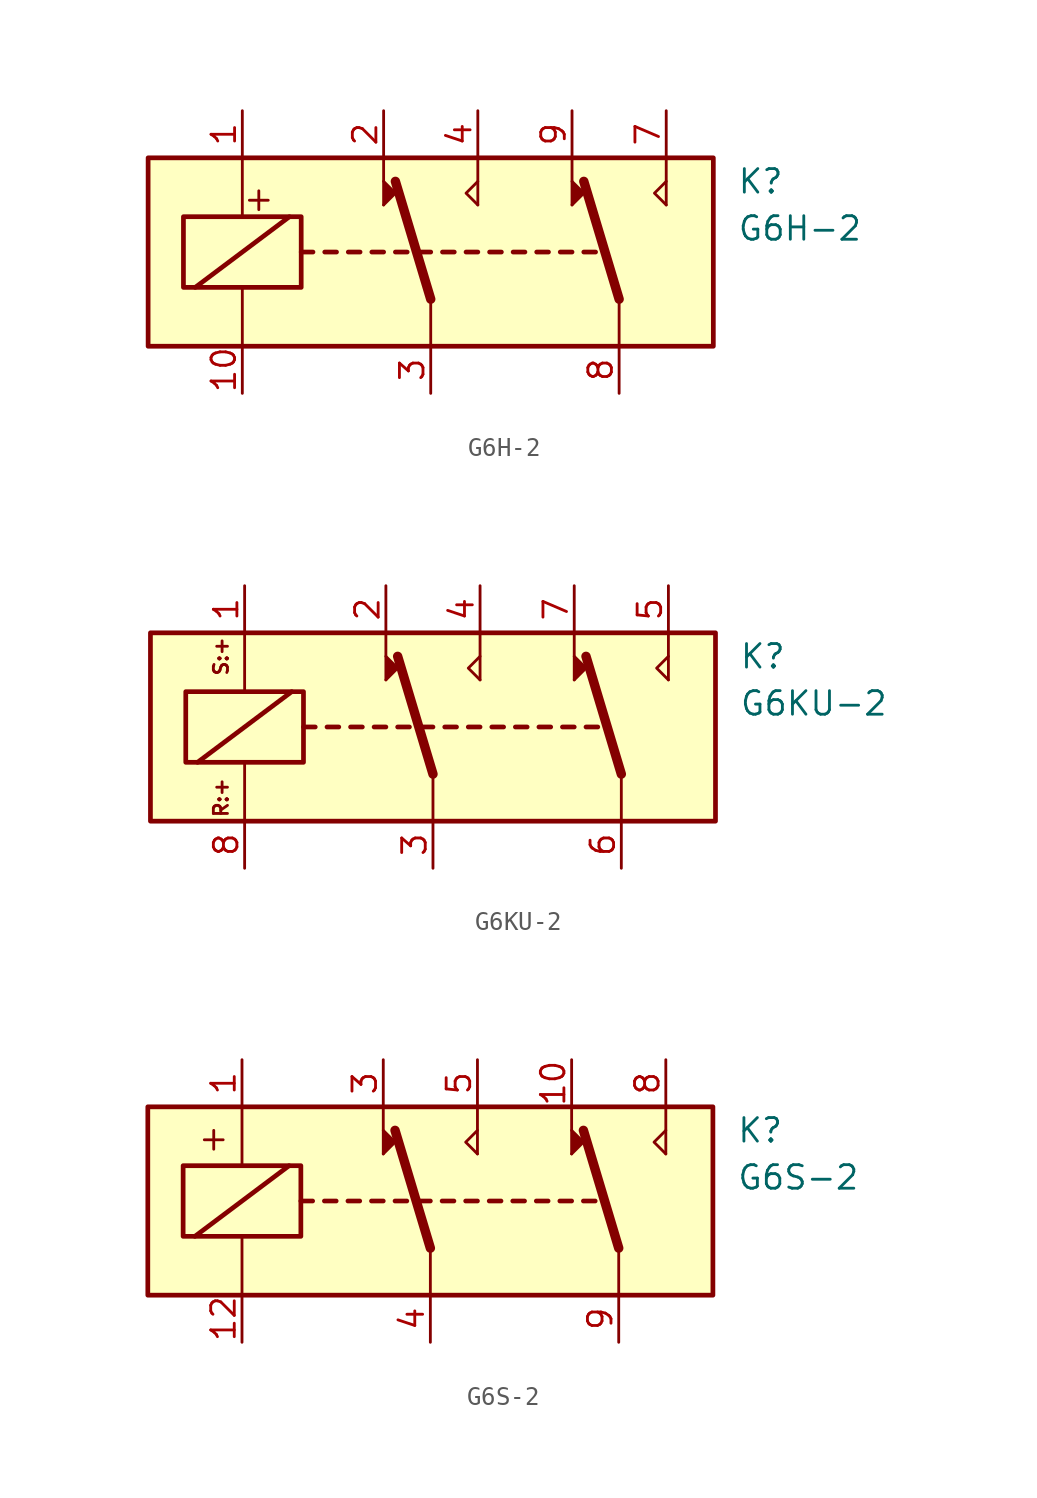
<source format=kicad_sym>
(kicad_symbol_lib
  (version 20201005)
  (generator kicad_symbol_editor)
  (symbol "G6H-2"
    (pin_names
      (offset 1.016))
    (property "Reference" "K"
      (at 16.51 3.81 0)
      (effects (font (size 1.27 1.27)) (justify left)))
    (property "Value" "G6H-2"
      (at 16.51 1.27 0)
      (effects (font (size 1.27 1.27)) (justify left)))
    (symbol "G6H-2_0_1"
      (rectangle (start -15.24 5.08) (end 15.24 -5.08) (stroke (width 0.254)) (fill (type background)))
      (rectangle (start -13.335 1.905) (end -6.985 -1.905) (stroke (width 0.254)) (fill (type none)))
      (polyline (pts (xy -12.7 -1.905) (xy -7.62 1.905)) (stroke (width 0.254)) (fill (type none)))
      (polyline (pts (xy -10.16 -5.08) (xy -10.16 -1.905)) (stroke (width 0)) (fill (type none)))
      (polyline (pts (xy -10.16 5.08) (xy -10.16 1.905)) (stroke (width 0)) (fill (type none)))
      (polyline (pts (xy -9.779 2.794) (xy -8.763 2.794)) (stroke (width 0)) (fill (type none)))
      (polyline (pts (xy -9.271 3.302) (xy -9.271 2.286)) (stroke (width 0)) (fill (type none)))
      (polyline (pts (xy -6.985 0) (xy -6.35 0)) (stroke (width 0.254)) (fill (type none)))
      (polyline (pts (xy -5.715 0) (xy -5.08 0)) (stroke (width 0.254)) (fill (type none)))
      (polyline (pts (xy -4.445 0) (xy -3.81 0)) (stroke (width 0.254)) (fill (type none)))
      (polyline (pts (xy -3.175 0) (xy -2.54 0)) (stroke (width 0.254)) (fill (type none)))
      (polyline (pts (xy -2.54 2.54) (xy -2.54 5.08)) (stroke (width 0)) (fill (type none)))
      (polyline (pts (xy -1.905 0) (xy -1.27 0)) (stroke (width 0.254)) (fill (type none)))
      (polyline (pts (xy -0.635 0) (xy 0 0)) (stroke (width 0.254)) (fill (type none)))
      (polyline (pts (xy 0 -2.54) (xy -1.905 3.81)) (stroke (width 0.508)) (fill (type none)))
      (polyline (pts (xy 0 -2.54) (xy 0 -5.08)) (stroke (width 0)) (fill (type none)))
      (polyline (pts (xy 0.635 0) (xy 1.27 0)) (stroke (width 0.254)) (fill (type none)))
      (polyline (pts (xy 1.905 0) (xy 2.54 0)) (stroke (width 0.254)) (fill (type none)))
      (polyline (pts (xy 2.54 2.54) (xy 2.54 5.08)) (stroke (width 0)) (fill (type none)))
      (polyline (pts (xy 3.175 0) (xy 3.81 0)) (stroke (width 0.254)) (fill (type none)))
      (polyline (pts (xy 4.445 0) (xy 5.08 0)) (stroke (width 0.254)) (fill (type none)))
      (polyline (pts (xy 5.715 0) (xy 6.35 0)) (stroke (width 0.254)) (fill (type none)))
      (polyline (pts (xy 6.985 0) (xy 7.62 0)) (stroke (width 0.254)) (fill (type none)))
      (polyline (pts (xy 7.62 2.54) (xy 7.62 5.08)) (stroke (width 0)) (fill (type none)))
      (polyline (pts (xy 8.255 0) (xy 8.89 0)) (stroke (width 0.254)) (fill (type none)))
      (polyline (pts (xy 10.16 -2.54) (xy 8.255 3.81)) (stroke (width 0.508)) (fill (type none)))
      (polyline (pts (xy 10.16 -2.54) (xy 10.16 -5.08)) (stroke (width 0)) (fill (type none)))
      (polyline (pts (xy 12.7 2.54) (xy 12.7 5.08)) (stroke (width 0)) (fill (type none)))
      (polyline (pts (xy -2.54 2.54) (xy -1.905 3.175) (xy -2.54 3.81)) (stroke (width 0)) (fill (type outline)))
      (polyline (pts (xy 2.54 2.54) (xy 1.905 3.175) (xy 2.54 3.81)) (stroke (width 0)) (fill (type none)))
      (polyline (pts (xy 7.62 2.54) (xy 8.255 3.175) (xy 7.62 3.81)) (stroke (width 0)) (fill (type outline)))
      (polyline (pts (xy 12.7 2.54) (xy 12.065 3.175) (xy 12.7 3.81)) (stroke (width 0)) (fill (type none))))
    (symbol "G6H-2_1_1"
      (pin passive line (at -10.16 7.62 270) (length 2.54) (name "~" (effects (font (size 1.27 1.27)))) (number "1" (effects (font (size 1.27 1.27)))))
      (pin passive line (at -10.16 -7.62 90) (length 2.54) (name "~" (effects (font (size 1.27 1.27)))) (number "10" (effects (font (size 1.27 1.27)))))
      (pin passive line (at -2.54 7.62 270) (length 2.54) (name "~" (effects (font (size 1.27 1.27)))) (number "2" (effects (font (size 1.27 1.27)))))
      (pin passive line (at 0 -7.62 90) (length 2.54) (name "~" (effects (font (size 1.27 1.27)))) (number "3" (effects (font (size 1.27 1.27)))))
      (pin passive line (at 2.54 7.62 270) (length 2.54) (name "~" (effects (font (size 1.27 1.27)))) (number "4" (effects (font (size 1.27 1.27)))))
      (pin no_connect line (at 5.08 -5.08 90) (length 2.54) hide (name "NC" (effects (font (size 1.27 1.27)))) (number "5" (effects (font (size 1.27 1.27)))))
      (pin no_connect line (at 2.54 -5.08 90) (length 2.54) hide (name "NC" (effects (font (size 1.27 1.27)))) (number "6" (effects (font (size 1.27 1.27)))))
      (pin passive line (at 12.7 7.62 270) (length 2.54) (name "~" (effects (font (size 1.27 1.27)))) (number "7" (effects (font (size 1.27 1.27)))))
      (pin passive line (at 10.16 -7.62 90) (length 2.54) (name "~" (effects (font (size 1.27 1.27)))) (number "8" (effects (font (size 1.27 1.27)))))
      (pin passive line (at 7.62 7.62 270) (length 2.54) (name "~" (effects (font (size 1.27 1.27)))) (number "9" (effects (font (size 1.27 1.27)))))))
  (symbol "G6KU-2"
    (pin_names
      (offset 1.016))
    (property "Reference" "K"
      (at 16.51 3.81 0)
      (effects (font (size 1.27 1.27)) (justify left)))
    (property "Value" "G6KU-2"
      (at 16.51 1.27 0)
      (effects (font (size 1.27 1.27)) (justify left)))
    (symbol "G6KU-2_0_0"
      (text "R:+" (at -11.43 -3.81 900) (effects (font (size 0.762 0.762))))
      (text "S:+" (at -11.43 3.81 900) (effects (font (size 0.762 0.762)))))
    (symbol "G6KU-2_0_1"
      (rectangle (start -15.24 5.08) (end 15.24 -5.08) (stroke (width 0.254)) (fill (type background)))
      (rectangle (start -13.335 1.905) (end -6.985 -1.905) (stroke (width 0.254)) (fill (type none)))
      (polyline (pts (xy -12.7 -1.905) (xy -7.62 1.905)) (stroke (width 0.254)) (fill (type none)))
      (polyline (pts (xy -10.16 -5.08) (xy -10.16 -1.905)) (stroke (width 0)) (fill (type none)))
      (polyline (pts (xy -10.16 5.08) (xy -10.16 1.905)) (stroke (width 0)) (fill (type none)))
      (polyline (pts (xy -6.985 0) (xy -6.35 0)) (stroke (width 0.254)) (fill (type none)))
      (polyline (pts (xy -5.715 0) (xy -5.08 0)) (stroke (width 0.254)) (fill (type none)))
      (polyline (pts (xy -4.445 0) (xy -3.81 0)) (stroke (width 0.254)) (fill (type none)))
      (polyline (pts (xy -3.175 0) (xy -2.54 0)) (stroke (width 0.254)) (fill (type none)))
      (polyline (pts (xy -2.54 2.54) (xy -2.54 5.08)) (stroke (width 0)) (fill (type none)))
      (polyline (pts (xy -1.905 0) (xy -1.27 0)) (stroke (width 0.254)) (fill (type none)))
      (polyline (pts (xy -0.635 0) (xy 0 0)) (stroke (width 0.254)) (fill (type none)))
      (polyline (pts (xy 0 -2.54) (xy -1.905 3.81)) (stroke (width 0.508)) (fill (type none)))
      (polyline (pts (xy 0 -2.54) (xy 0 -5.08)) (stroke (width 0)) (fill (type none)))
      (polyline (pts (xy 0.635 0) (xy 1.27 0)) (stroke (width 0.254)) (fill (type none)))
      (polyline (pts (xy 1.905 0) (xy 2.54 0)) (stroke (width 0.254)) (fill (type none)))
      (polyline (pts (xy 2.54 2.54) (xy 2.54 5.08)) (stroke (width 0)) (fill (type none)))
      (polyline (pts (xy 3.175 0) (xy 3.81 0)) (stroke (width 0.254)) (fill (type none)))
      (polyline (pts (xy 4.445 0) (xy 5.08 0)) (stroke (width 0.254)) (fill (type none)))
      (polyline (pts (xy 5.715 0) (xy 6.35 0)) (stroke (width 0.254)) (fill (type none)))
      (polyline (pts (xy 6.985 0) (xy 7.62 0)) (stroke (width 0.254)) (fill (type none)))
      (polyline (pts (xy 7.62 2.54) (xy 7.62 5.08)) (stroke (width 0)) (fill (type none)))
      (polyline (pts (xy 8.255 0) (xy 8.89 0)) (stroke (width 0.254)) (fill (type none)))
      (polyline (pts (xy 10.16 -2.54) (xy 8.255 3.81)) (stroke (width 0.508)) (fill (type none)))
      (polyline (pts (xy 10.16 -2.54) (xy 10.16 -5.08)) (stroke (width 0)) (fill (type none)))
      (polyline (pts (xy 12.7 2.54) (xy 12.7 5.08)) (stroke (width 0)) (fill (type none)))
      (polyline (pts (xy -2.54 2.54) (xy -1.905 3.175) (xy -2.54 3.81)) (stroke (width 0)) (fill (type outline)))
      (polyline (pts (xy 2.54 2.54) (xy 1.905 3.175) (xy 2.54 3.81)) (stroke (width 0)) (fill (type none)))
      (polyline (pts (xy 7.62 2.54) (xy 8.255 3.175) (xy 7.62 3.81)) (stroke (width 0)) (fill (type outline)))
      (polyline (pts (xy 12.7 2.54) (xy 12.065 3.175) (xy 12.7 3.81)) (stroke (width 0)) (fill (type none))))
    (symbol "G6KU-2_1_1"
      (pin passive line (at -10.16 7.62 270) (length 2.54) (name "~" (effects (font (size 1.27 1.27)))) (number "1" (effects (font (size 1.27 1.27)))))
      (pin passive line (at -2.54 7.62 270) (length 2.54) (name "~" (effects (font (size 1.27 1.27)))) (number "2" (effects (font (size 1.27 1.27)))))
      (pin passive line (at 0 -7.62 90) (length 2.54) (name "~" (effects (font (size 1.27 1.27)))) (number "3" (effects (font (size 1.27 1.27)))))
      (pin passive line (at 2.54 7.62 270) (length 2.54) (name "~" (effects (font (size 1.27 1.27)))) (number "4" (effects (font (size 1.27 1.27)))))
      (pin passive line (at 12.7 7.62 270) (length 2.54) (name "~" (effects (font (size 1.27 1.27)))) (number "5" (effects (font (size 1.27 1.27)))))
      (pin passive line (at 10.16 -7.62 90) (length 2.54) (name "~" (effects (font (size 1.27 1.27)))) (number "6" (effects (font (size 1.27 1.27)))))
      (pin passive line (at 7.62 7.62 270) (length 2.54) (name "~" (effects (font (size 1.27 1.27)))) (number "7" (effects (font (size 1.27 1.27)))))
      (pin passive line (at -10.16 -7.62 90) (length 2.54) (name "~" (effects (font (size 1.27 1.27)))) (number "8" (effects (font (size 1.27 1.27)))))))
  (symbol "G6S-2"
    (property "Reference" "K"
      (at 16.51 3.81 0)
      (effects (font (size 1.27 1.27)) (justify left)))
    (property "Value" "G6S-2"
      (at 16.51 1.27 0)
      (effects (font (size 1.27 1.27)) (justify left)))
    (symbol "G6S-2_0_0"
      (polyline (pts (xy -12.192 3.302) (xy -11.176 3.302)) (stroke (width 0)) (fill (type none)))
      (polyline (pts (xy -11.684 3.81) (xy -11.684 2.794)) (stroke (width 0)) (fill (type none))))
    (symbol "G6S-2_0_1"
      (rectangle (start -15.24 5.08) (end 15.24 -5.08) (stroke (width 0.254)) (fill (type background)))
      (rectangle (start -13.335 1.905) (end -6.985 -1.905) (stroke (width 0.254)) (fill (type none)))
      (polyline (pts (xy -12.7 -1.905) (xy -7.62 1.905)) (stroke (width 0.254)) (fill (type none)))
      (polyline (pts (xy -10.16 -5.08) (xy -10.16 -1.905)) (stroke (width 0)) (fill (type none)))
      (polyline (pts (xy -10.16 5.08) (xy -10.16 1.905)) (stroke (width 0)) (fill (type none)))
      (polyline (pts (xy -6.985 0) (xy -6.35 0)) (stroke (width 0.254)) (fill (type none)))
      (polyline (pts (xy -5.715 0) (xy -5.08 0)) (stroke (width 0.254)) (fill (type none)))
      (polyline (pts (xy -4.445 0) (xy -3.81 0)) (stroke (width 0.254)) (fill (type none)))
      (polyline (pts (xy -3.175 0) (xy -2.54 0)) (stroke (width 0.254)) (fill (type none)))
      (polyline (pts (xy -2.54 2.54) (xy -2.54 5.08)) (stroke (width 0)) (fill (type none)))
      (polyline (pts (xy -1.905 0) (xy -1.27 0)) (stroke (width 0.254)) (fill (type none)))
      (polyline (pts (xy -0.635 0) (xy 0 0)) (stroke (width 0.254)) (fill (type none)))
      (polyline (pts (xy 0 -2.54) (xy -1.905 3.81)) (stroke (width 0.508)) (fill (type none)))
      (polyline (pts (xy 0 -2.54) (xy 0 -5.08)) (stroke (width 0)) (fill (type none)))
      (polyline (pts (xy 0.635 0) (xy 1.27 0)) (stroke (width 0.254)) (fill (type none)))
      (polyline (pts (xy 1.905 0) (xy 2.54 0)) (stroke (width 0.254)) (fill (type none)))
      (polyline (pts (xy 2.54 2.54) (xy 2.54 5.08)) (stroke (width 0)) (fill (type none)))
      (polyline (pts (xy 3.175 0) (xy 3.81 0)) (stroke (width 0.254)) (fill (type none)))
      (polyline (pts (xy 4.445 0) (xy 5.08 0)) (stroke (width 0.254)) (fill (type none)))
      (polyline (pts (xy 5.715 0) (xy 6.35 0)) (stroke (width 0.254)) (fill (type none)))
      (polyline (pts (xy 6.985 0) (xy 7.62 0)) (stroke (width 0.254)) (fill (type none)))
      (polyline (pts (xy 7.62 2.54) (xy 7.62 5.08)) (stroke (width 0)) (fill (type none)))
      (polyline (pts (xy 8.255 0) (xy 8.89 0)) (stroke (width 0.254)) (fill (type none)))
      (polyline (pts (xy 10.16 -2.54) (xy 8.255 3.81)) (stroke (width 0.508)) (fill (type none)))
      (polyline (pts (xy 10.16 -2.54) (xy 10.16 -5.08)) (stroke (width 0)) (fill (type none)))
      (polyline (pts (xy 12.7 2.54) (xy 12.7 5.08)) (stroke (width 0)) (fill (type none)))
      (polyline (pts (xy -2.54 2.54) (xy -1.905 3.175) (xy -2.54 3.81)) (stroke (width 0)) (fill (type outline)))
      (polyline (pts (xy 2.54 2.54) (xy 1.905 3.175) (xy 2.54 3.81)) (stroke (width 0)) (fill (type none)))
      (polyline (pts (xy 7.62 2.54) (xy 8.255 3.175) (xy 7.62 3.81)) (stroke (width 0)) (fill (type outline)))
      (polyline (pts (xy 12.7 2.54) (xy 12.065 3.175) (xy 12.7 3.81)) (stroke (width 0)) (fill (type none))))
    (symbol "G6S-2_1_1"
      (pin passive line (at -10.16 7.62 270) (length 2.54) (name "~" (effects (font (size 1.27 1.27)))) (number "1" (effects (font (size 1.27 1.27)))))
      (pin passive line (at 7.62 7.62 270) (length 2.54) (name "~" (effects (font (size 1.27 1.27)))) (number "10" (effects (font (size 1.27 1.27)))))
      (pin passive line (at -10.16 -7.62 90) (length 2.54) (name "~" (effects (font (size 1.27 1.27)))) (number "12" (effects (font (size 1.27 1.27)))))
      (pin passive line (at -2.54 7.62 270) (length 2.54) (name "~" (effects (font (size 1.27 1.27)))) (number "3" (effects (font (size 1.27 1.27)))))
      (pin passive line (at 0 -7.62 90) (length 2.54) (name "~" (effects (font (size 1.27 1.27)))) (number "4" (effects (font (size 1.27 1.27)))))
      (pin passive line (at 2.54 7.62 270) (length 2.54) (name "~" (effects (font (size 1.27 1.27)))) (number "5" (effects (font (size 1.27 1.27)))))
      (pin passive line (at 12.7 7.62 270) (length 2.54) (name "~" (effects (font (size 1.27 1.27)))) (number "8" (effects (font (size 1.27 1.27)))))
      (pin passive line (at 10.16 -7.62 90) (length 2.54) (name "~" (effects (font (size 1.27 1.27)))) (number "9" (effects (font (size 1.27 1.27))))))))
</source>
